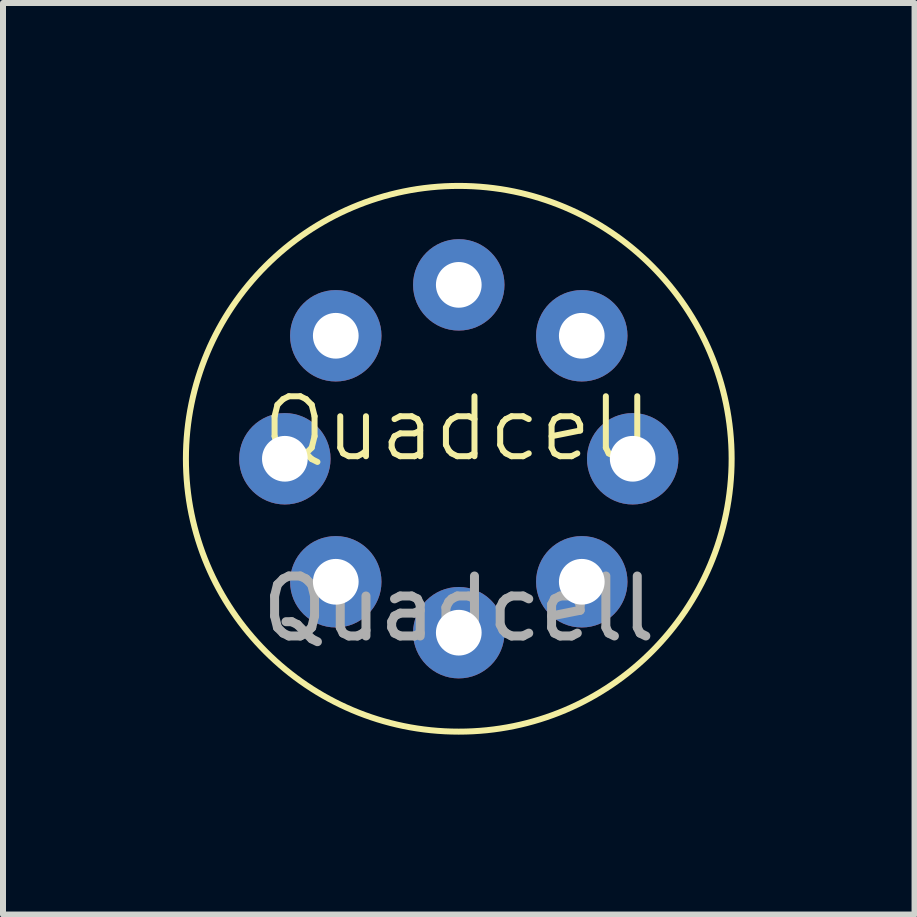
<source format=kicad_pcb>
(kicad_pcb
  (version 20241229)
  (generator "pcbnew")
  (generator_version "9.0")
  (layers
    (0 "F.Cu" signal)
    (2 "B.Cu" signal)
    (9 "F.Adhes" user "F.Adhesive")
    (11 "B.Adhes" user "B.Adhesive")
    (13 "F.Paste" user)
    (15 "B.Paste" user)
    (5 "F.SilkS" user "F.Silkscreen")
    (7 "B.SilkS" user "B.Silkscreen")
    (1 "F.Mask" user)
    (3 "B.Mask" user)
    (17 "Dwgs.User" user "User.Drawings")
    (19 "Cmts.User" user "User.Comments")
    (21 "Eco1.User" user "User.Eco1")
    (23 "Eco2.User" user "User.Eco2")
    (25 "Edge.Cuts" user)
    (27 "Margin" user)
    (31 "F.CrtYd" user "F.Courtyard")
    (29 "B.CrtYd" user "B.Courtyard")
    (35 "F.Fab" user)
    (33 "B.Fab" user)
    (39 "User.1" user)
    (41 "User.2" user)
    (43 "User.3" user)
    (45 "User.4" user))
  (footprint "Quadcell"
    (layer "F.Cu")
    (at 4.6 4.6)
    (property "Reference" "Quadcell" (at 0 -0.5 0) (unlocked yes) (layer "F.SilkS") (effects (font (size 1 1) (thickness 0.1))))
    (attr through_hole)
    (fp_circle (center 0 0) (end 4.55 0) (stroke (width 0.1) (type default)) (fill no) (layer "F.SilkS"))
    (fp_text user "${REFERENCE}" (at 0 2.5 0) (unlocked yes) (layer "F.Fab") (effects (font (size 1 1) (thickness 0.15))))
    (pad "1" thru_hole circle (at 0 -2.9) (size 1.524 1.524) (drill 0.762) (layers "*.Cu" "*.Mask"))
    (pad "2" thru_hole circle (at -2.051 -2.051) (size 1.524 1.524) (drill 0.762) (layers "*.Cu" "*.Mask"))
    (pad "3" thru_hole circle (at -2.9 0) (size 1.524 1.524) (drill 0.762) (layers "*.Cu" "*.Mask"))
    (pad "4" thru_hole circle (at -2.051 2.051) (size 1.524 1.524) (drill 0.762) (layers "*.Cu" "*.Mask"))
    (pad "5" thru_hole circle (at 0 2.9) (size 1.524 1.524) (drill 0.762) (layers "*.Cu" "*.Mask"))
    (pad "6" thru_hole circle (at 2.051 2.051) (size 1.524 1.524) (drill 0.762) (layers "*.Cu" "*.Mask"))
    (pad "7" thru_hole circle (at 2.9 0) (size 1.524 1.524) (drill 0.762) (layers "*.Cu" "*.Mask"))
    (pad "8" thru_hole circle (at 2.051 -2.051) (size 1.524 1.524) (drill 0.762) (layers "*.Cu" "*.Mask")))
  (gr_rect
    (start -3 -3)
    (end 12.2 12.2)
    (stroke (width 0.1) (type default))
    (fill no)
    (layer "Edge.Cuts")))
</source>
